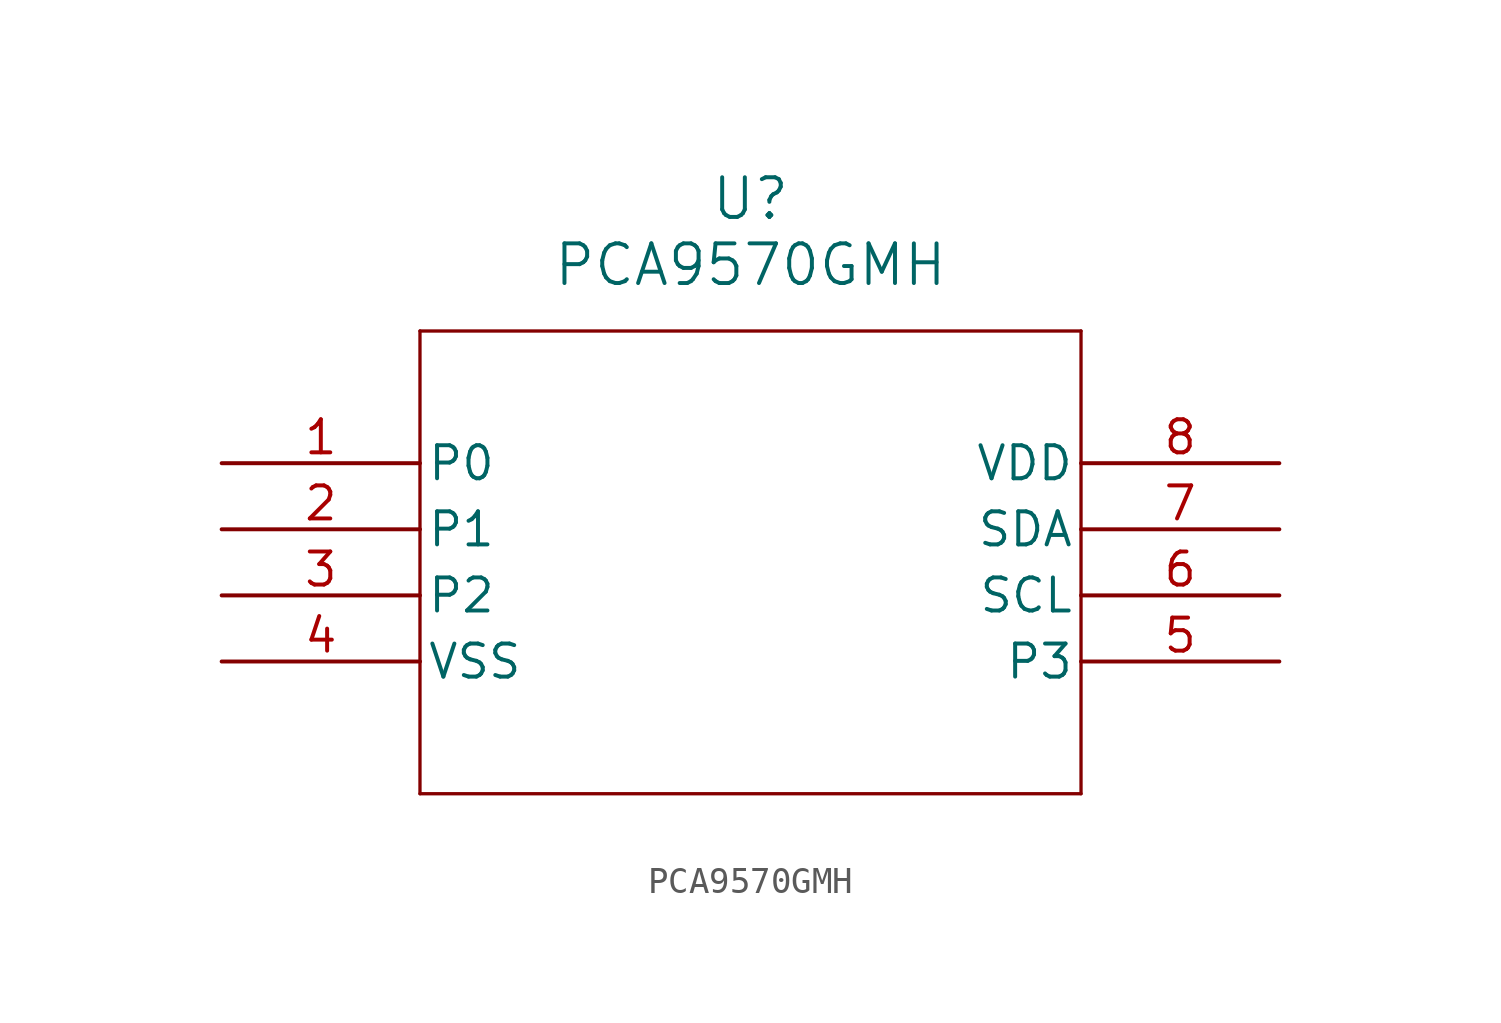
<source format=kicad_sym>
(kicad_symbol_lib
  (version 20211014)
  (generator kicad_symbol_editor)
  (symbol "PCA9570GMH"
    (pin_names
      (offset 0.254))
    (property "Reference" "U"
      (at 20.32 10.16 0)
      (effects (font (size 1.524 1.524))))
    (property "Value" "PCA9570GMH"
      (at 20.32 7.62 0)
      (effects (font (size 1.524 1.524))))
    (property "ki_locked" ""
      (at 0 0 0)
      (effects (font (size 1.27 1.27))))
    (symbol "PCA9570GMH_0_1"
      (polyline (pts (xy 7.62 -12.7) (xy 33.02 -12.7)) (stroke (width 0.127) (type default) (color 0 0 0 0)) (fill (type none)))
      (polyline (pts (xy 7.62 5.08) (xy 7.62 -12.7)) (stroke (width 0.127) (type default) (color 0 0 0 0)) (fill (type none)))
      (polyline (pts (xy 33.02 -12.7) (xy 33.02 5.08)) (stroke (width 0.127) (type default) (color 0 0 0 0)) (fill (type none)))
      (polyline (pts (xy 33.02 5.08) (xy 7.62 5.08)) (stroke (width 0.127) (type default) (color 0 0 0 0)) (fill (type none)))
      (pin bidirectional line (at 0 0 0) (length 7.62) (name "P0" (effects (font (size 1.27 1.27)))) (number "1" (effects (font (size 1.27 1.27)))))
      (pin bidirectional line (at 0 -2.54 0) (length 7.62) (name "P1" (effects (font (size 1.27 1.27)))) (number "2" (effects (font (size 1.27 1.27)))))
      (pin bidirectional line (at 0 -5.08 0) (length 7.62) (name "P2" (effects (font (size 1.27 1.27)))) (number "3" (effects (font (size 1.27 1.27)))))
      (pin power_out line (at 0 -7.62 0) (length 7.62) (name "VSS" (effects (font (size 1.27 1.27)))) (number "4" (effects (font (size 1.27 1.27)))))
      (pin bidirectional line (at 40.64 -7.62 180) (length 7.62) (name "P3" (effects (font (size 1.27 1.27)))) (number "5" (effects (font (size 1.27 1.27)))))
      (pin input line (at 40.64 -5.08 180) (length 7.62) (name "SCL" (effects (font (size 1.27 1.27)))) (number "6" (effects (font (size 1.27 1.27)))))
      (pin bidirectional line (at 40.64 -2.54 180) (length 7.62) (name "SDA" (effects (font (size 1.27 1.27)))) (number "7" (effects (font (size 1.27 1.27)))))
      (pin power_in line (at 40.64 0 180) (length 7.62) (name "VDD" (effects (font (size 1.27 1.27)))) (number "8" (effects (font (size 1.27 1.27))))))))
</source>
